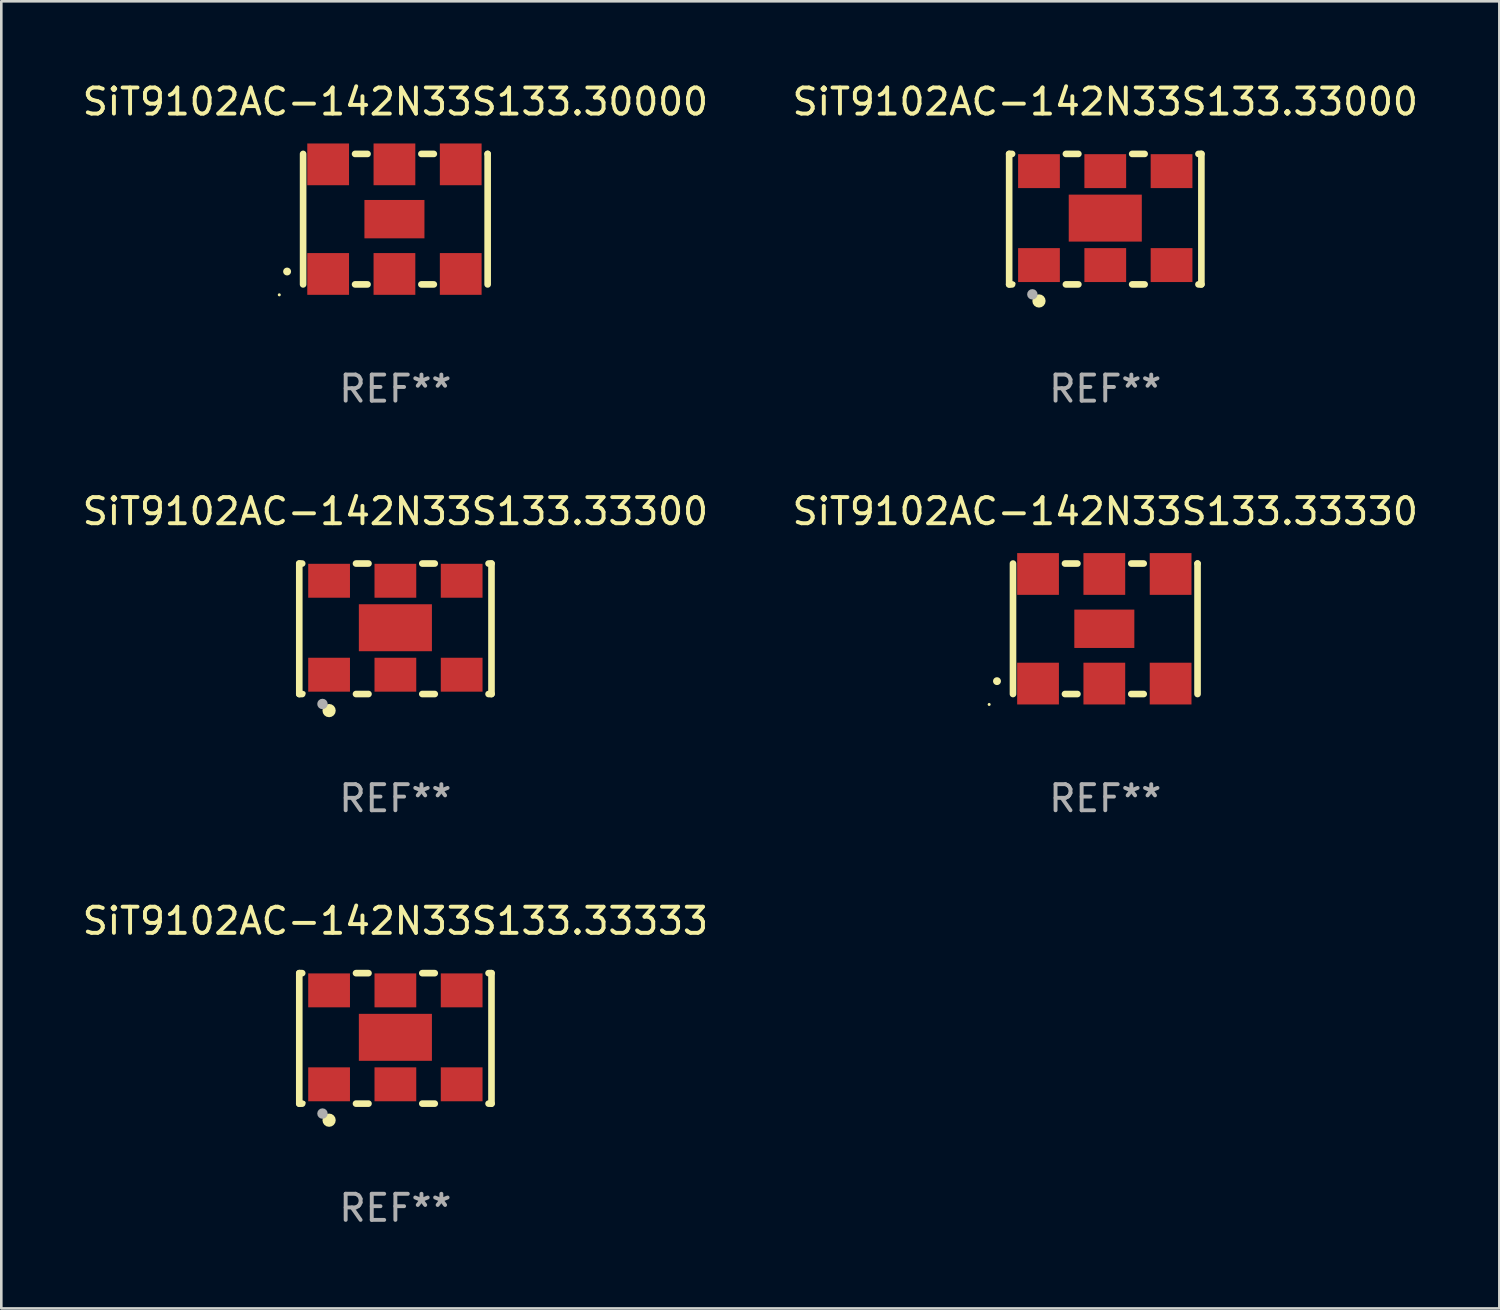
<source format=kicad_pcb>
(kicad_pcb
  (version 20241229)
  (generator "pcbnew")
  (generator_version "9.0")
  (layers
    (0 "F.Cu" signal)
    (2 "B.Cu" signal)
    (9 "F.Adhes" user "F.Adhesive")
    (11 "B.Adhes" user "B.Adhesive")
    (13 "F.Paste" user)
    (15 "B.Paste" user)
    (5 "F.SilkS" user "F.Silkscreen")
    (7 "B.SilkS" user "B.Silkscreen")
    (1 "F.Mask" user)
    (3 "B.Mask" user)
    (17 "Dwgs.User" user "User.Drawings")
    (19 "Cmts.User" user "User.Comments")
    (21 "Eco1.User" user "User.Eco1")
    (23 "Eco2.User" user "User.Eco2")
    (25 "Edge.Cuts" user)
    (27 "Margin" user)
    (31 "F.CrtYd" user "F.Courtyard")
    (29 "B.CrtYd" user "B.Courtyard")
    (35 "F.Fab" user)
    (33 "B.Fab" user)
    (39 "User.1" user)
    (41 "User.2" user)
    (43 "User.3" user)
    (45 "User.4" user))
  (footprint "SiT9102AC-142N33S133.30000"
    (layer "F.Cu")
    (at 12.101 5.348)
    (property "Reference" "SiT9102AC-142N33S133.30000" (at 0 -4.5 0) (layer "F.SilkS") (effects (font (size 1 1) (thickness 0.15))))
    (attr through_hole)
    (fp_line (start -3.536 -2.5) (end -3.536 2.5) (stroke (width 0.254) (type solid)) (layer "F.SilkS"))
    (fp_line (start -1.544 2.5) (end -1.067 2.5) (stroke (width 0.254) (type solid)) (layer "F.SilkS"))
    (fp_line (start -1.067 -2.5) (end -1.544 -2.5) (stroke (width 0.254) (type solid)) (layer "F.SilkS"))
    (fp_line (start 0.996 2.5) (end 1.473 2.5) (stroke (width 0.254) (type solid)) (layer "F.SilkS"))
    (fp_line (start 1.473 -2.5) (end 0.996 -2.5) (stroke (width 0.254) (type solid)) (layer "F.SilkS"))
    (fp_line (start 3.536 -2.5) (end 3.536 -2.5) (stroke (width 0.254) (type solid)) (layer "F.SilkS"))
    (fp_line (start 3.536 2.5) (end 3.536 -2.5) (stroke (width 0.254) (type solid)) (layer "F.SilkS"))
    (fp_arc (start -4.150432 2.006604) (mid -4.149162 2.006599) (end -4.147892 2.006604) (stroke (width 0.3) (type solid)) (layer "F.SilkS"))
    (fp_circle (center -4.449 2.9) (end -4.419 2.9) (stroke (width 0.06) (type solid)) (fill no) (layer "F.SilkS"))
    (fp_text user "REF**" (at 0 6.5 0) (layer "F.Fab") (effects (font (size 1 1) (thickness 0.15))))
    (pad "1" smd rect (at -2.576 2.1) (size 1.6 1.6) (layers "F.Cu" "F.Mask" "F.Paste"))
    (pad "2" smd rect (at -0.036 2.1) (size 1.6 1.6) (layers "F.Cu" "F.Mask" "F.Paste"))
    (pad "3" smd rect (at 2.504 2.1) (size 1.6 1.6) (layers "F.Cu" "F.Mask" "F.Paste"))
    (pad "4" smd rect (at 2.504 -2.1) (size 1.6 1.6) (layers "F.Cu" "F.Mask" "F.Paste"))
    (pad "5" smd rect (at -0.036 -2.1) (size 1.6 1.6) (layers "F.Cu" "F.Mask" "F.Paste"))
    (pad "6" smd rect (at -2.576 -2.1) (size 1.6 1.6) (layers "F.Cu" "F.Mask" "F.Paste"))
    (pad "7" smd rect (at -0.036 0) (size 2.3 1.47) (layers "F.Cu" "F.Mask" "F.Paste")))
  (footprint "SiT9102AC-142N33S133.33333"
    (layer "F.Cu")
    (at 12.101 36.741)
    (property "Reference" "SiT9102AC-142N33S133.33333" (at 0 -4.5 0) (layer "F.SilkS") (effects (font (size 1 1) (thickness 0.15))))
    (attr through_hole)
    (fp_line (start -3.683 -2.5) (end -3.571 -2.5) (stroke (width 0.254) (type solid)) (layer "F.SilkS"))
    (fp_line (start -3.683 2.5) (end -3.683 -2.5) (stroke (width 0.254) (type solid)) (layer "F.SilkS"))
    (fp_line (start -3.683 2.5) (end -3.571 2.5) (stroke (width 0.254) (type solid)) (layer "F.SilkS"))
    (fp_line (start -1.509 -2.5) (end -1.031 -2.5) (stroke (width 0.254) (type solid)) (layer "F.SilkS"))
    (fp_line (start -1.509 2.5) (end -1.031 2.5) (stroke (width 0.254) (type solid)) (layer "F.SilkS"))
    (fp_line (start 1.031 -2.5) (end 1.509 -2.5) (stroke (width 0.254) (type solid)) (layer "F.SilkS"))
    (fp_line (start 1.031 2.5) (end 1.509 2.5) (stroke (width 0.254) (type solid)) (layer "F.SilkS"))
    (fp_line (start 3.571 -2.5) (end 3.683 -2.5) (stroke (width 0.254) (type solid)) (layer "F.SilkS"))
    (fp_line (start 3.571 2.5) (end 3.683 2.5) (stroke (width 0.254) (type solid)) (layer "F.SilkS"))
    (fp_line (start 3.683 2.5) (end 3.683 -2.5) (stroke (width 0.254) (type solid)) (layer "F.SilkS"))
    (fp_circle (center -3.5 2.46) (end -3.47 2.46) (stroke (width 0.06) (type solid)) (fill no) (layer "F.SilkS"))
    (fp_circle (center -2.54 3.135) (end -2.413 3.135) (stroke (width 0.254) (type solid)) (fill no) (layer "F.SilkS"))
    (fp_circle (center -2.794 2.881) (end -2.694 2.881) (stroke (width 0.2) (type solid)) (fill no) (layer "F.Fab"))
    (fp_text user "REF**" (at 0 6.5 0) (layer "F.Fab") (effects (font (size 1 1) (thickness 0.15))))
    (pad "1" smd rect (at -2.54 1.76) (size 1.6 1.3) (layers "F.Cu" "F.Mask" "F.Paste"))
    (pad "2" smd rect (at 0 1.76) (size 1.6 1.3) (layers "F.Cu" "F.Mask" "F.Paste"))
    (pad "3" smd rect (at 2.54 1.76) (size 1.6 1.3) (layers "F.Cu" "F.Mask" "F.Paste"))
    (pad "4" smd rect (at 2.54 -1.84) (size 1.6 1.3) (layers "F.Cu" "F.Mask" "F.Paste"))
    (pad "5" smd rect (at 0 -1.84) (size 1.6 1.3) (layers "F.Cu" "F.Mask" "F.Paste"))
    (pad "6" smd rect (at -2.54 -1.84) (size 1.6 1.3) (layers "F.Cu" "F.Mask" "F.Paste"))
    (pad "7" smd rect (at 0 -0.04) (size 2.8 1.8) (layers "F.Cu" "F.Mask" "F.Paste")))
  (footprint "SiT9102AC-142N33S133.33330"
    (layer "F.Cu")
    (at 39.304 21.045)
    (property "Reference" "SiT9102AC-142N33S133.33330" (at 0 -4.5 0) (layer "F.SilkS") (effects (font (size 1 1) (thickness 0.15))))
    (attr through_hole)
    (fp_line (start -3.536 -2.5) (end -3.536 2.5) (stroke (width 0.254) (type solid)) (layer "F.SilkS"))
    (fp_line (start -1.544 2.5) (end -1.067 2.5) (stroke (width 0.254) (type solid)) (layer "F.SilkS"))
    (fp_line (start -1.067 -2.5) (end -1.544 -2.5) (stroke (width 0.254) (type solid)) (layer "F.SilkS"))
    (fp_line (start 0.996 2.5) (end 1.473 2.5) (stroke (width 0.254) (type solid)) (layer "F.SilkS"))
    (fp_line (start 1.473 -2.5) (end 0.996 -2.5) (stroke (width 0.254) (type solid)) (layer "F.SilkS"))
    (fp_line (start 3.536 -2.5) (end 3.536 -2.5) (stroke (width 0.254) (type solid)) (layer "F.SilkS"))
    (fp_line (start 3.536 2.5) (end 3.536 -2.5) (stroke (width 0.254) (type solid)) (layer "F.SilkS"))
    (fp_arc (start -4.150432 2.006604) (mid -4.149162 2.006599) (end -4.147892 2.006604) (stroke (width 0.3) (type solid)) (layer "F.SilkS"))
    (fp_circle (center -4.449 2.9) (end -4.419 2.9) (stroke (width 0.06) (type solid)) (fill no) (layer "F.SilkS"))
    (fp_text user "REF**" (at 0 6.5 0) (layer "F.Fab") (effects (font (size 1 1) (thickness 0.15))))
    (pad "1" smd rect (at -2.576 2.1) (size 1.6 1.6) (layers "F.Cu" "F.Mask" "F.Paste"))
    (pad "2" smd rect (at -0.036 2.1) (size 1.6 1.6) (layers "F.Cu" "F.Mask" "F.Paste"))
    (pad "3" smd rect (at 2.504 2.1) (size 1.6 1.6) (layers "F.Cu" "F.Mask" "F.Paste"))
    (pad "4" smd rect (at 2.504 -2.1) (size 1.6 1.6) (layers "F.Cu" "F.Mask" "F.Paste"))
    (pad "5" smd rect (at -0.036 -2.1) (size 1.6 1.6) (layers "F.Cu" "F.Mask" "F.Paste"))
    (pad "6" smd rect (at -2.576 -2.1) (size 1.6 1.6) (layers "F.Cu" "F.Mask" "F.Paste"))
    (pad "7" smd rect (at -0.036 0) (size 2.3 1.47) (layers "F.Cu" "F.Mask" "F.Paste")))
  (footprint "SiT9102AC-142N33S133.33000"
    (layer "F.Cu")
    (at 39.304 5.348)
    (property "Reference" "SiT9102AC-142N33S133.33000" (at 0 -4.5 0) (layer "F.SilkS") (effects (font (size 1 1) (thickness 0.15))))
    (attr through_hole)
    (fp_line (start -3.683 -2.5) (end -3.571 -2.5) (stroke (width 0.254) (type solid)) (layer "F.SilkS"))
    (fp_line (start -3.683 2.5) (end -3.683 -2.5) (stroke (width 0.254) (type solid)) (layer "F.SilkS"))
    (fp_line (start -3.683 2.5) (end -3.571 2.5) (stroke (width 0.254) (type solid)) (layer "F.SilkS"))
    (fp_line (start -1.509 -2.5) (end -1.031 -2.5) (stroke (width 0.254) (type solid)) (layer "F.SilkS"))
    (fp_line (start -1.509 2.5) (end -1.031 2.5) (stroke (width 0.254) (type solid)) (layer "F.SilkS"))
    (fp_line (start 1.031 -2.5) (end 1.509 -2.5) (stroke (width 0.254) (type solid)) (layer "F.SilkS"))
    (fp_line (start 1.031 2.5) (end 1.509 2.5) (stroke (width 0.254) (type solid)) (layer "F.SilkS"))
    (fp_line (start 3.571 -2.5) (end 3.683 -2.5) (stroke (width 0.254) (type solid)) (layer "F.SilkS"))
    (fp_line (start 3.571 2.5) (end 3.683 2.5) (stroke (width 0.254) (type solid)) (layer "F.SilkS"))
    (fp_line (start 3.683 2.5) (end 3.683 -2.5) (stroke (width 0.254) (type solid)) (layer "F.SilkS"))
    (fp_circle (center -3.5 2.46) (end -3.47 2.46) (stroke (width 0.06) (type solid)) (fill no) (layer "F.SilkS"))
    (fp_circle (center -2.54 3.135) (end -2.413 3.135) (stroke (width 0.254) (type solid)) (fill no) (layer "F.SilkS"))
    (fp_circle (center -2.794 2.881) (end -2.694 2.881) (stroke (width 0.2) (type solid)) (fill no) (layer "F.Fab"))
    (fp_text user "REF**" (at 0 6.5 0) (layer "F.Fab") (effects (font (size 1 1) (thickness 0.15))))
    (pad "1" smd rect (at -2.54 1.76) (size 1.6 1.3) (layers "F.Cu" "F.Mask" "F.Paste"))
    (pad "2" smd rect (at 0 1.76) (size 1.6 1.3) (layers "F.Cu" "F.Mask" "F.Paste"))
    (pad "3" smd rect (at 2.54 1.76) (size 1.6 1.3) (layers "F.Cu" "F.Mask" "F.Paste"))
    (pad "4" smd rect (at 2.54 -1.84) (size 1.6 1.3) (layers "F.Cu" "F.Mask" "F.Paste"))
    (pad "5" smd rect (at 0 -1.84) (size 1.6 1.3) (layers "F.Cu" "F.Mask" "F.Paste"))
    (pad "6" smd rect (at -2.54 -1.84) (size 1.6 1.3) (layers "F.Cu" "F.Mask" "F.Paste"))
    (pad "7" smd rect (at 0 -0.04) (size 2.8 1.8) (layers "F.Cu" "F.Mask" "F.Paste")))
  (footprint "SiT9102AC-142N33S133.33300"
    (layer "F.Cu")
    (at 12.101 21.045)
    (property "Reference" "SiT9102AC-142N33S133.33300" (at 0 -4.5 0) (layer "F.SilkS") (effects (font (size 1 1) (thickness 0.15))))
    (attr through_hole)
    (fp_line (start -3.683 -2.5) (end -3.571 -2.5) (stroke (width 0.254) (type solid)) (layer "F.SilkS"))
    (fp_line (start -3.683 2.5) (end -3.683 -2.5) (stroke (width 0.254) (type solid)) (layer "F.SilkS"))
    (fp_line (start -3.683 2.5) (end -3.571 2.5) (stroke (width 0.254) (type solid)) (layer "F.SilkS"))
    (fp_line (start -1.509 -2.5) (end -1.031 -2.5) (stroke (width 0.254) (type solid)) (layer "F.SilkS"))
    (fp_line (start -1.509 2.5) (end -1.031 2.5) (stroke (width 0.254) (type solid)) (layer "F.SilkS"))
    (fp_line (start 1.031 -2.5) (end 1.509 -2.5) (stroke (width 0.254) (type solid)) (layer "F.SilkS"))
    (fp_line (start 1.031 2.5) (end 1.509 2.5) (stroke (width 0.254) (type solid)) (layer "F.SilkS"))
    (fp_line (start 3.571 -2.5) (end 3.683 -2.5) (stroke (width 0.254) (type solid)) (layer "F.SilkS"))
    (fp_line (start 3.571 2.5) (end 3.683 2.5) (stroke (width 0.254) (type solid)) (layer "F.SilkS"))
    (fp_line (start 3.683 2.5) (end 3.683 -2.5) (stroke (width 0.254) (type solid)) (layer "F.SilkS"))
    (fp_circle (center -3.5 2.46) (end -3.47 2.46) (stroke (width 0.06) (type solid)) (fill no) (layer "F.SilkS"))
    (fp_circle (center -2.54 3.135) (end -2.413 3.135) (stroke (width 0.254) (type solid)) (fill no) (layer "F.SilkS"))
    (fp_circle (center -2.794 2.881) (end -2.694 2.881) (stroke (width 0.2) (type solid)) (fill no) (layer "F.Fab"))
    (fp_text user "REF**" (at 0 6.5 0) (layer "F.Fab") (effects (font (size 1 1) (thickness 0.15))))
    (pad "1" smd rect (at -2.54 1.76) (size 1.6 1.3) (layers "F.Cu" "F.Mask" "F.Paste"))
    (pad "2" smd rect (at 0 1.76) (size 1.6 1.3) (layers "F.Cu" "F.Mask" "F.Paste"))
    (pad "3" smd rect (at 2.54 1.76) (size 1.6 1.3) (layers "F.Cu" "F.Mask" "F.Paste"))
    (pad "4" smd rect (at 2.54 -1.84) (size 1.6 1.3) (layers "F.Cu" "F.Mask" "F.Paste"))
    (pad "5" smd rect (at 0 -1.84) (size 1.6 1.3) (layers "F.Cu" "F.Mask" "F.Paste"))
    (pad "6" smd rect (at -2.54 -1.84) (size 1.6 1.3) (layers "F.Cu" "F.Mask" "F.Paste"))
    (pad "7" smd rect (at 0 -0.04) (size 2.8 1.8) (layers "F.Cu" "F.Mask" "F.Paste")))
  (gr_rect
    (start -3 -3)
    (end 54.405 47.09)
    (stroke (width 0.1) (type default))
    (fill no)
    (layer "Edge.Cuts")))
</source>
